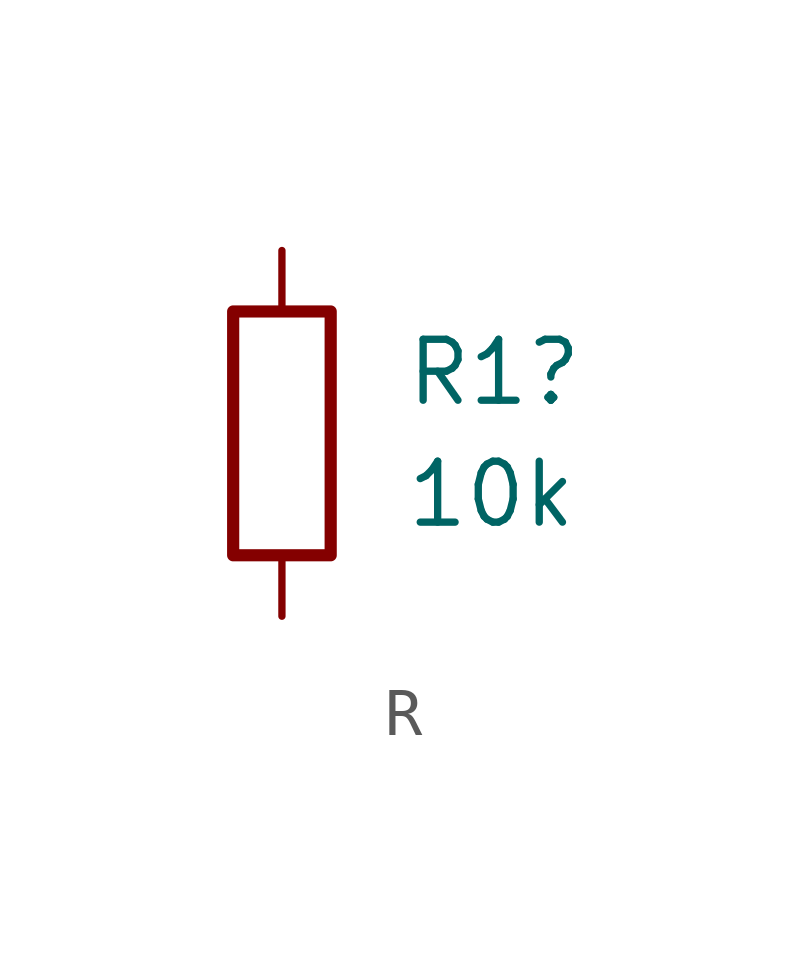
<source format=kicad_sym>
(kicad_symbol_lib
  (version 20231120)
  (generator "kicad_symbol_editor")
  (generator_version "8.0")
  (symbol "R"
    (pin_numbers hide)
    (pin_names
      (offset 0))
    (property "Reference" "R1"
      (at 2.54 1.27 0)
      (effects (font (size 1.27 1.27)) (justify left)))
    (property "Value" "10k"
      (at 2.54 -1.27 0)
      (effects (font (size 1.27 1.27)) (justify left)))
    (symbol "R_0_1"
      (rectangle (start -1.016 -2.54) (end 1.016 2.54) (stroke (width 0.254) (type default)) (fill (type none))))
    (symbol "R_1_1"
      (pin passive line (at 0 3.81 270) (length 1.27) (name "~" (effects (font (size 1.27 1.27)))) (number "1" (effects (font (size 1.27 1.27)))))
      (pin passive line (at 0 -3.81 90) (length 1.27) (name "~" (effects (font (size 1.27 1.27)))) (number "2" (effects (font (size 1.27 1.27))))))))
</source>
